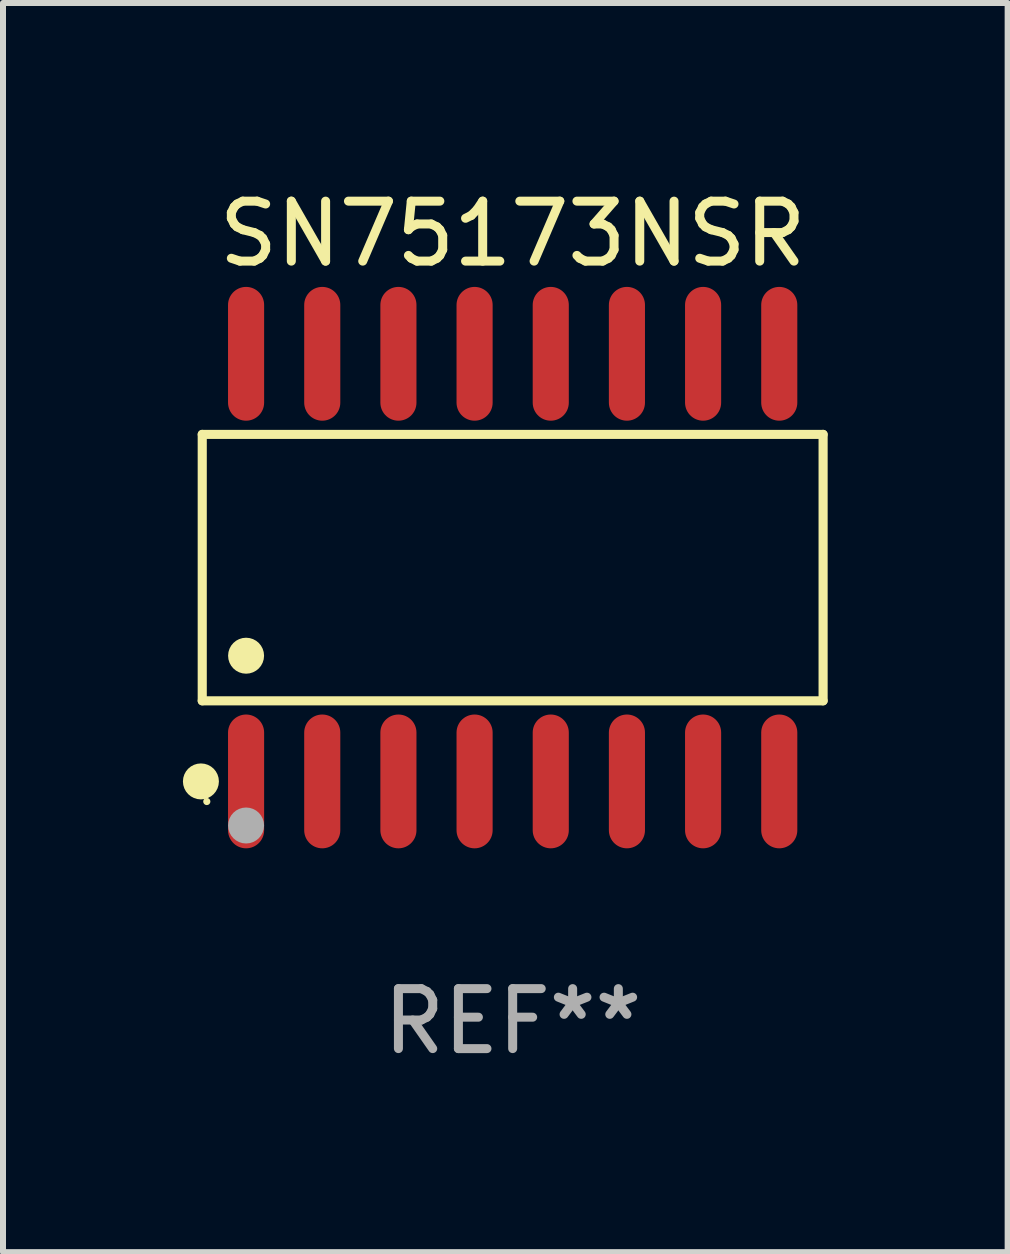
<source format=kicad_pcb>
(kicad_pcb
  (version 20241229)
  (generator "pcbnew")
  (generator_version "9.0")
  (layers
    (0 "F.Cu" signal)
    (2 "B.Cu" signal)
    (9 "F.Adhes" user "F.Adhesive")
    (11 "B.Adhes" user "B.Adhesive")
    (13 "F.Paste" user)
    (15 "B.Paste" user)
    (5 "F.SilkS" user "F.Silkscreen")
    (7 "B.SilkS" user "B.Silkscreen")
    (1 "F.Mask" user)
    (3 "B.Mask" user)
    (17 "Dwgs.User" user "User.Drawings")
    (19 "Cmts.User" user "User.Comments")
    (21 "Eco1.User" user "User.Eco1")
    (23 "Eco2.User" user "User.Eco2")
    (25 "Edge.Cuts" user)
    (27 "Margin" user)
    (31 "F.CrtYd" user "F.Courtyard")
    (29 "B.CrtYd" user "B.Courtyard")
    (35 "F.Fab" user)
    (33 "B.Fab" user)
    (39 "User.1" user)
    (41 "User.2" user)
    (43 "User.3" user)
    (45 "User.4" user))
  (footprint "SN75173NSR"
    (layer "F.Cu")
    (at 5.498 6.414)
    (property "Reference" "SN75173NSR" (at 0 -5.565 0) (layer "F.SilkS") (effects (font (size 1 1) (thickness 0.15))))
    (attr through_hole)
    (fp_line (start -5.176 -2.221) (end 5.176 -2.221) (stroke (width 0.152) (type solid)) (layer "F.SilkS"))
    (fp_line (start -5.176 2.221) (end -5.176 -2.221) (stroke (width 0.152) (type solid)) (layer "F.SilkS"))
    (fp_line (start 5.176 -2.221) (end 5.176 2.221) (stroke (width 0.152) (type solid)) (layer "F.SilkS"))
    (fp_line (start 5.176 2.221) (end -5.176 2.221) (stroke (width 0.152) (type solid)) (layer "F.SilkS"))
    (fp_circle (center -5.198 3.565) (end -5.048 3.565) (stroke (width 0.3) (type solid)) (fill no) (layer "F.SilkS"))
    (fp_circle (center -5.1 3.9) (end -5.07 3.9) (stroke (width 0.06) (type solid)) (fill no) (layer "F.SilkS"))
    (fp_circle (center -4.445 1.469) (end -4.295 1.469) (stroke (width 0.3) (type solid)) (fill no) (layer "F.SilkS"))
    (fp_circle (center -4.445 4.3) (end -4.295 4.3) (stroke (width 0.3) (type solid)) (fill no) (layer "F.Fab"))
    (fp_text user "REF**" (at 0 7.565 0) (layer "F.Fab") (effects (font (size 1 1) (thickness 0.15))))
    (pad "1" smd oval (at -4.445 3.565) (size 0.602 2.231) (layers "F.Cu" "F.Mask" "F.Paste"))
    (pad "2" smd oval (at -3.175 3.565) (size 0.602 2.231) (layers "F.Cu" "F.Mask" "F.Paste"))
    (pad "3" smd oval (at -1.905 3.565) (size 0.602 2.231) (layers "F.Cu" "F.Mask" "F.Paste"))
    (pad "4" smd oval (at -0.635 3.565) (size 0.602 2.231) (layers "F.Cu" "F.Mask" "F.Paste"))
    (pad "5" smd oval (at 0.635 3.565) (size 0.602 2.231) (layers "F.Cu" "F.Mask" "F.Paste"))
    (pad "6" smd oval (at 1.905 3.565) (size 0.602 2.231) (layers "F.Cu" "F.Mask" "F.Paste"))
    (pad "7" smd oval (at 3.175 3.565) (size 0.602 2.231) (layers "F.Cu" "F.Mask" "F.Paste"))
    (pad "8" smd oval (at 4.445 3.565) (size 0.602 2.231) (layers "F.Cu" "F.Mask" "F.Paste"))
    (pad "9" smd oval (at 4.445 -3.565) (size 0.602 2.231) (layers "F.Cu" "F.Mask" "F.Paste"))
    (pad "10" smd oval (at 3.175 -3.565) (size 0.602 2.231) (layers "F.Cu" "F.Mask" "F.Paste"))
    (pad "11" smd oval (at 1.905 -3.565) (size 0.602 2.231) (layers "F.Cu" "F.Mask" "F.Paste"))
    (pad "12" smd oval (at 0.635 -3.565) (size 0.602 2.231) (layers "F.Cu" "F.Mask" "F.Paste"))
    (pad "13" smd oval (at -0.635 -3.565) (size 0.602 2.231) (layers "F.Cu" "F.Mask" "F.Paste"))
    (pad "14" smd oval (at -1.905 -3.565) (size 0.602 2.231) (layers "F.Cu" "F.Mask" "F.Paste"))
    (pad "15" smd oval (at -3.175 -3.565) (size 0.602 2.231) (layers "F.Cu" "F.Mask" "F.Paste"))
    (pad "16" smd oval (at -4.445 -3.565) (size 0.602 2.231) (layers "F.Cu" "F.Mask" "F.Paste")))
  (gr_rect
    (start -3 -3)
    (end 13.751 17.827)
    (stroke (width 0.1) (type default))
    (fill no)
    (layer "Edge.Cuts")))
</source>
